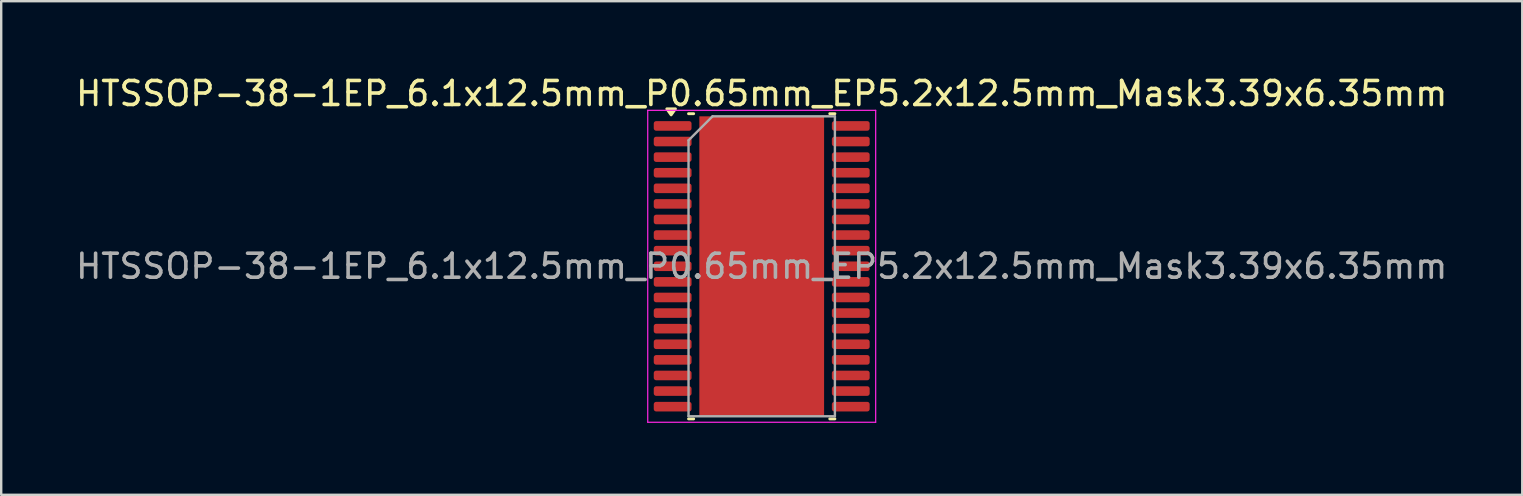
<source format=kicad_pcb>
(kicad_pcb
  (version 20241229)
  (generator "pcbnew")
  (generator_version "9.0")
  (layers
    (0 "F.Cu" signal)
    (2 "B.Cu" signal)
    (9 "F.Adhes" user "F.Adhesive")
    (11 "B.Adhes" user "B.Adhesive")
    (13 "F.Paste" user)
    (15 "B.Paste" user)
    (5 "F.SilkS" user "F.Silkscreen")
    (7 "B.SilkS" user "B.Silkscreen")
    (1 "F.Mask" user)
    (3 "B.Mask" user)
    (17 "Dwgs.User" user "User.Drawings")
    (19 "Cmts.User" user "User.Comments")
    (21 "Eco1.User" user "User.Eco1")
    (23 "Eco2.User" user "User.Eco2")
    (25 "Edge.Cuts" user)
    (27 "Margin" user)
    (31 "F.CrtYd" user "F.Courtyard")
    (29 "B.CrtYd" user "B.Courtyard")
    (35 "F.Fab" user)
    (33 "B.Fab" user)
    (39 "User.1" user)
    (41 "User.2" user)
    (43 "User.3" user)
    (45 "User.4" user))
  (footprint "HTSSOP-38-1EP_6.1x12.5mm_P0.65mm_EP5.2x12.5mm_Mask3.39x6.35mm"
    (layer "F.Cu")
    (at 28.696 8.048)
    (property "Reference" "HTSSOP-38-1EP_6.1x12.5mm_P0.65mm_EP5.2x12.5mm_Mask3.39x6.35mm" (at 0 -7.2 0) (layer "F.SilkS") (effects (font (size 1 1) (thickness 0.15))))
    (attr smd)
    (fp_line (start -2.836 -6.36) (end -3.05 -6.36) (stroke (width 0.12) (type solid)) (layer "F.SilkS"))
    (fp_line (start -2.836 6.36) (end -3.05 6.36) (stroke (width 0.12) (type solid)) (layer "F.SilkS"))
    (fp_line (start 2.836 -6.36) (end 3.05 -6.36) (stroke (width 0.12) (type solid)) (layer "F.SilkS"))
    (fp_line (start 2.836 6.36) (end 3.05 6.36) (stroke (width 0.12) (type solid)) (layer "F.SilkS"))
    (fp_poly (pts (xy -3.775 -6.31) (xy -3.955 -6.562) (xy -3.595 -6.562) (xy -3.775 -6.31)) (stroke (width 0.12) (type solid)) (fill yes) (layer "F.SilkS"))
    (fp_line (start -4.75 -6.5) (end -4.75 6.5) (stroke (width 0.05) (type solid)) (layer "F.CrtYd"))
    (fp_line (start -4.75 6.5) (end 4.75 6.5) (stroke (width 0.05) (type solid)) (layer "F.CrtYd"))
    (fp_line (start 4.75 -6.5) (end -4.75 -6.5) (stroke (width 0.05) (type solid)) (layer "F.CrtYd"))
    (fp_line (start 4.75 6.5) (end 4.75 -6.5) (stroke (width 0.05) (type solid)) (layer "F.CrtYd"))
    (fp_line (start -3.05 -5.25) (end -2.05 -6.25) (stroke (width 0.1) (type solid)) (layer "F.Fab"))
    (fp_line (start -3.05 6.25) (end -3.05 -5.25) (stroke (width 0.1) (type solid)) (layer "F.Fab"))
    (fp_line (start -2.05 -6.25) (end 3.05 -6.25) (stroke (width 0.1) (type solid)) (layer "F.Fab"))
    (fp_line (start 3.05 -6.25) (end 3.05 6.25) (stroke (width 0.1) (type solid)) (layer "F.Fab"))
    (fp_line (start 3.05 6.25) (end -3.05 6.25) (stroke (width 0.1) (type solid)) (layer "F.Fab"))
    (fp_text user "${REFERENCE}" (at 0 0 0) (layer "F.Fab") (effects (font (size 1 1) (thickness 0.15))))
    (pad "" smd roundrect (at -0.85 -2.12) (size 1.37 1.71) (layers "F.Paste") (roundrect_rratio 0.182))
    (pad "" smd roundrect (at -0.85 0) (size 1.37 1.71) (layers "F.Paste") (roundrect_rratio 0.182))
    (pad "" smd roundrect (at -0.85 2.12) (size 1.37 1.71) (layers "F.Paste") (roundrect_rratio 0.182))
    (pad "" smd rect (at 0 0) (size 3.39 6.35) (layers "F.Mask"))
    (pad "" smd roundrect (at 0.85 -2.12) (size 1.37 1.71) (layers "F.Paste") (roundrect_rratio 0.182))
    (pad "" smd roundrect (at 0.85 0) (size 1.37 1.71) (layers "F.Paste") (roundrect_rratio 0.182))
    (pad "" smd roundrect (at 0.85 2.12) (size 1.37 1.71) (layers "F.Paste") (roundrect_rratio 0.182))
    (pad "1" smd roundrect (at -3.712 -5.85) (size 1.575 0.4) (layers "F.Cu" "F.Mask" "F.Paste") (roundrect_rratio 0.25))
    (pad "2" smd roundrect (at -3.712 -5.2) (size 1.575 0.4) (layers "F.Cu" "F.Mask" "F.Paste") (roundrect_rratio 0.25))
    (pad "3" smd roundrect (at -3.712 -4.55) (size 1.575 0.4) (layers "F.Cu" "F.Mask" "F.Paste") (roundrect_rratio 0.25))
    (pad "4" smd roundrect (at -3.712 -3.9) (size 1.575 0.4) (layers "F.Cu" "F.Mask" "F.Paste") (roundrect_rratio 0.25))
    (pad "5" smd roundrect (at -3.712 -3.25) (size 1.575 0.4) (layers "F.Cu" "F.Mask" "F.Paste") (roundrect_rratio 0.25))
    (pad "6" smd roundrect (at -3.712 -2.6) (size 1.575 0.4) (layers "F.Cu" "F.Mask" "F.Paste") (roundrect_rratio 0.25))
    (pad "7" smd roundrect (at -3.712 -1.95) (size 1.575 0.4) (layers "F.Cu" "F.Mask" "F.Paste") (roundrect_rratio 0.25))
    (pad "8" smd roundrect (at -3.712 -1.3) (size 1.575 0.4) (layers "F.Cu" "F.Mask" "F.Paste") (roundrect_rratio 0.25))
    (pad "9" smd roundrect (at -3.712 -0.65) (size 1.575 0.4) (layers "F.Cu" "F.Mask" "F.Paste") (roundrect_rratio 0.25))
    (pad "10" smd roundrect (at -3.712 0) (size 1.575 0.4) (layers "F.Cu" "F.Mask" "F.Paste") (roundrect_rratio 0.25))
    (pad "11" smd roundrect (at -3.712 0.65) (size 1.575 0.4) (layers "F.Cu" "F.Mask" "F.Paste") (roundrect_rratio 0.25))
    (pad "12" smd roundrect (at -3.712 1.3) (size 1.575 0.4) (layers "F.Cu" "F.Mask" "F.Paste") (roundrect_rratio 0.25))
    (pad "13" smd roundrect (at -3.712 1.95) (size 1.575 0.4) (layers "F.Cu" "F.Mask" "F.Paste") (roundrect_rratio 0.25))
    (pad "14" smd roundrect (at -3.712 2.6) (size 1.575 0.4) (layers "F.Cu" "F.Mask" "F.Paste") (roundrect_rratio 0.25))
    (pad "15" smd roundrect (at -3.712 3.25) (size 1.575 0.4) (layers "F.Cu" "F.Mask" "F.Paste") (roundrect_rratio 0.25))
    (pad "16" smd roundrect (at -3.712 3.9) (size 1.575 0.4) (layers "F.Cu" "F.Mask" "F.Paste") (roundrect_rratio 0.25))
    (pad "17" smd roundrect (at -3.712 4.55) (size 1.575 0.4) (layers "F.Cu" "F.Mask" "F.Paste") (roundrect_rratio 0.25))
    (pad "18" smd roundrect (at -3.712 5.2) (size 1.575 0.4) (layers "F.Cu" "F.Mask" "F.Paste") (roundrect_rratio 0.25))
    (pad "19" smd roundrect (at -3.712 5.85) (size 1.575 0.4) (layers "F.Cu" "F.Mask" "F.Paste") (roundrect_rratio 0.25))
    (pad "20" smd roundrect (at 3.712 5.85) (size 1.575 0.4) (layers "F.Cu" "F.Mask" "F.Paste") (roundrect_rratio 0.25))
    (pad "21" smd roundrect (at 3.712 5.2) (size 1.575 0.4) (layers "F.Cu" "F.Mask" "F.Paste") (roundrect_rratio 0.25))
    (pad "22" smd roundrect (at 3.712 4.55) (size 1.575 0.4) (layers "F.Cu" "F.Mask" "F.Paste") (roundrect_rratio 0.25))
    (pad "23" smd roundrect (at 3.712 3.9) (size 1.575 0.4) (layers "F.Cu" "F.Mask" "F.Paste") (roundrect_rratio 0.25))
    (pad "24" smd roundrect (at 3.712 3.25) (size 1.575 0.4) (layers "F.Cu" "F.Mask" "F.Paste") (roundrect_rratio 0.25))
    (pad "25" smd roundrect (at 3.712 2.6) (size 1.575 0.4) (layers "F.Cu" "F.Mask" "F.Paste") (roundrect_rratio 0.25))
    (pad "26" smd roundrect (at 3.712 1.95) (size 1.575 0.4) (layers "F.Cu" "F.Mask" "F.Paste") (roundrect_rratio 0.25))
    (pad "27" smd roundrect (at 3.712 1.3) (size 1.575 0.4) (layers "F.Cu" "F.Mask" "F.Paste") (roundrect_rratio 0.25))
    (pad "28" smd roundrect (at 3.712 0.65) (size 1.575 0.4) (layers "F.Cu" "F.Mask" "F.Paste") (roundrect_rratio 0.25))
    (pad "29" smd roundrect (at 3.712 0) (size 1.575 0.4) (layers "F.Cu" "F.Mask" "F.Paste") (roundrect_rratio 0.25))
    (pad "30" smd roundrect (at 3.712 -0.65) (size 1.575 0.4) (layers "F.Cu" "F.Mask" "F.Paste") (roundrect_rratio 0.25))
    (pad "31" smd roundrect (at 3.712 -1.3) (size 1.575 0.4) (layers "F.Cu" "F.Mask" "F.Paste") (roundrect_rratio 0.25))
    (pad "32" smd roundrect (at 3.712 -1.95) (size 1.575 0.4) (layers "F.Cu" "F.Mask" "F.Paste") (roundrect_rratio 0.25))
    (pad "33" smd roundrect (at 3.712 -2.6) (size 1.575 0.4) (layers "F.Cu" "F.Mask" "F.Paste") (roundrect_rratio 0.25))
    (pad "34" smd roundrect (at 3.712 -3.25) (size 1.575 0.4) (layers "F.Cu" "F.Mask" "F.Paste") (roundrect_rratio 0.25))
    (pad "35" smd roundrect (at 3.712 -3.9) (size 1.575 0.4) (layers "F.Cu" "F.Mask" "F.Paste") (roundrect_rratio 0.25))
    (pad "36" smd roundrect (at 3.712 -4.55) (size 1.575 0.4) (layers "F.Cu" "F.Mask" "F.Paste") (roundrect_rratio 0.25))
    (pad "37" smd roundrect (at 3.712 -5.2) (size 1.575 0.4) (layers "F.Cu" "F.Mask" "F.Paste") (roundrect_rratio 0.25))
    (pad "38" smd roundrect (at 3.712 -5.85) (size 1.575 0.4) (layers "F.Cu" "F.Mask" "F.Paste") (roundrect_rratio 0.25))
    (pad "39" smd rect (at 0 0) (size 5.2 12.5) (property pad_prop_heatsink) (layers "F.Cu")))
  (gr_rect
    (start -3 -3)
    (end 60.393 17.573)
    (stroke (width 0.1) (type default))
    (fill no)
    (layer "Edge.Cuts")))
</source>
